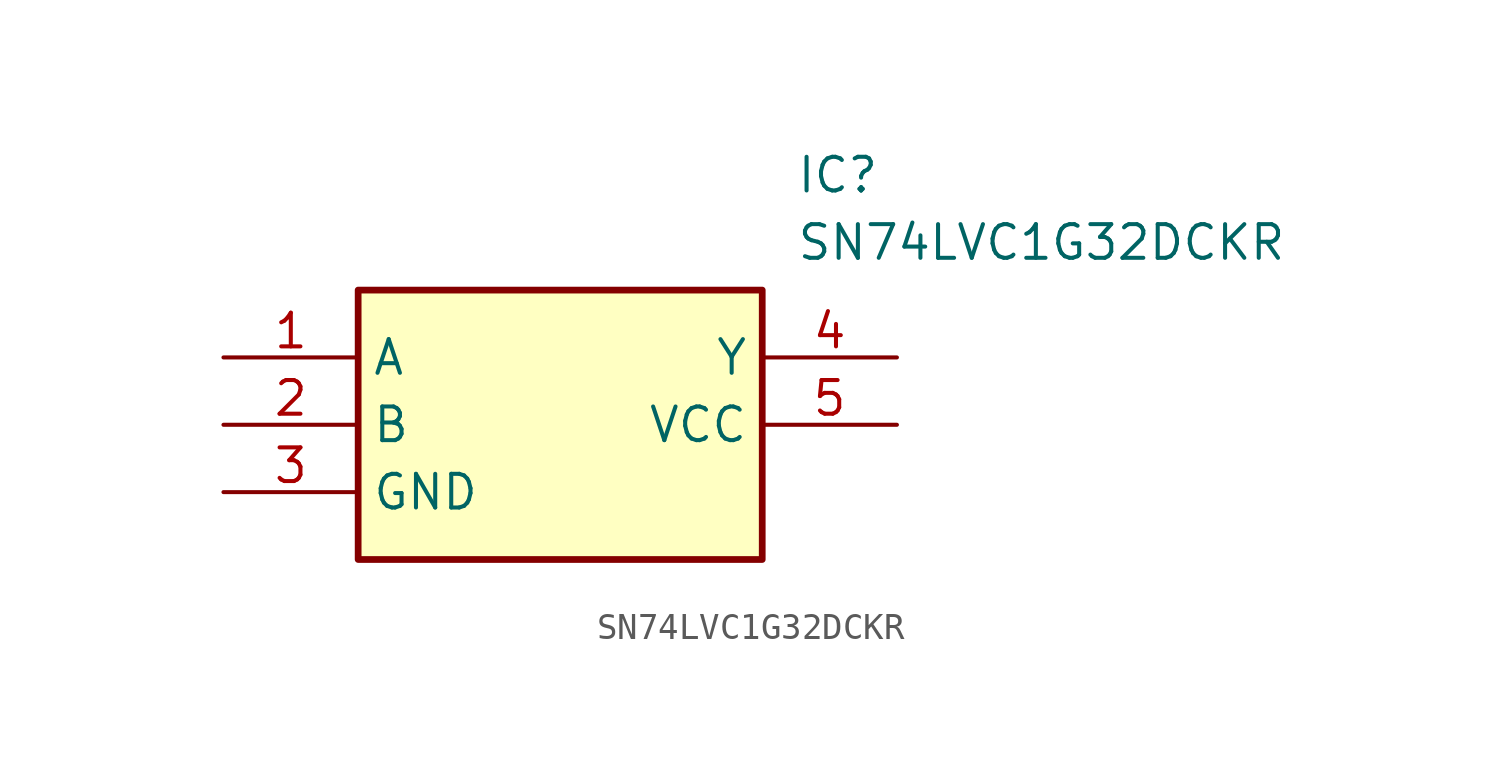
<source format=kicad_sym>
(kicad_symbol_lib
  (version 20211014)
  (generator SamacSys_ECAD_Model)
  (symbol "SN74LVC1G32DCKR"
    (property "Reference" "IC"
      (at 21.59 7.62 0)
      (effects (font (size 1.27 1.27)) (justify left top)))
    (property "Value" "SN74LVC1G32DCKR"
      (at 21.59 5.08 0)
      (effects (font (size 1.27 1.27)) (justify left top)))
    (rectangle
      (start 5.08 2.54)
      (end 20.32 -7.62)
      (stroke (width 0.254) (type default))
      (fill (type background)))
    (pin passive line
      (at 0 0 0)
      (length 5.08)
      (name "A" (effects (font (size 1.27 1.27))))
      (number "1" (effects (font (size 1.27 1.27)))))
    (pin passive line
      (at 0 -2.54 0)
      (length 5.08)
      (name "B" (effects (font (size 1.27 1.27))))
      (number "2" (effects (font (size 1.27 1.27)))))
    (pin passive line
      (at 0 -5.08 0)
      (length 5.08)
      (name "GND" (effects (font (size 1.27 1.27))))
      (number "3" (effects (font (size 1.27 1.27)))))
    (pin passive line
      (at 25.4 0 180)
      (length 5.08)
      (name "Y" (effects (font (size 1.27 1.27))))
      (number "4" (effects (font (size 1.27 1.27)))))
    (pin passive line
      (at 25.4 -2.54 180)
      (length 5.08)
      (name "VCC" (effects (font (size 1.27 1.27))))
      (number "5" (effects (font (size 1.27 1.27)))))))
</source>
